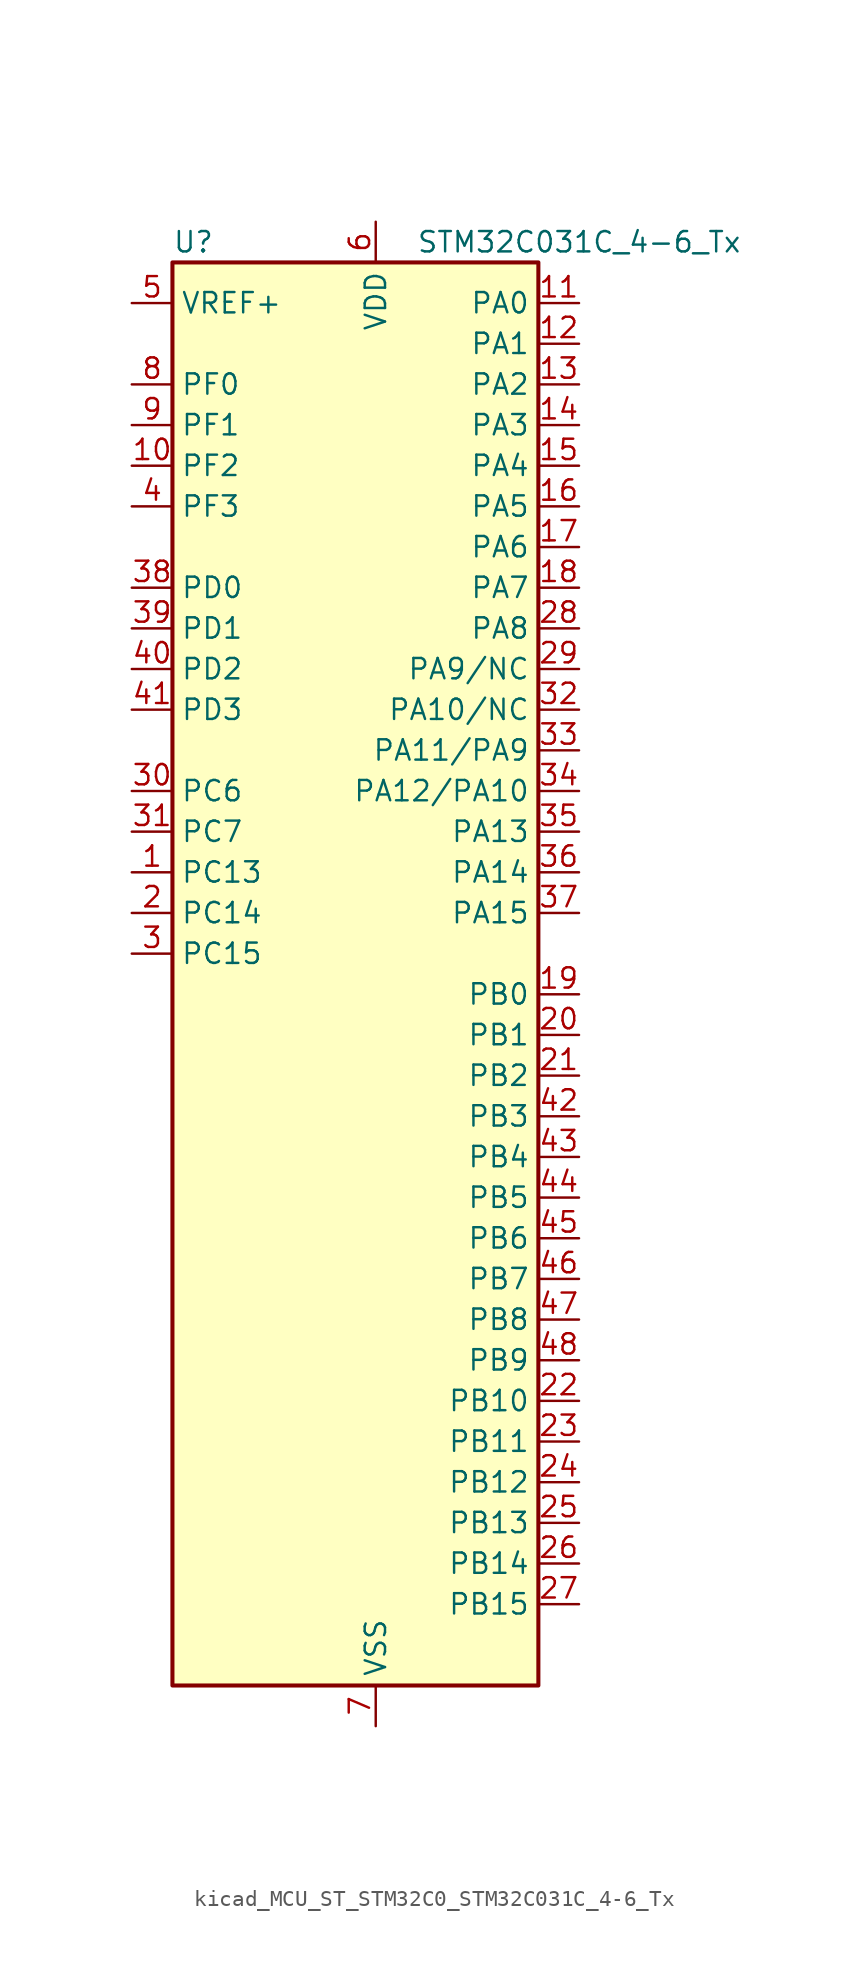
<source format=kicad_sym>
(kicad_symbol_lib
  (version 20220914)
  (generator kicad_symbol_editor)
  (symbol "kicad_MCU_ST_STM32C0_STM32C031C_4-6_Tx"
    (property "Reference" "U"
      (at -10.16 46.99 0)
      (effects (font (size 1.27 1.27)) (justify left)))
    (property "Value" "STM32C031C_4-6_Tx"
      (at 5.08 46.99 0)
      (effects (font (size 1.27 1.27)) (justify left)))
    (property "ki_locked" ""
      (at 0 0 0)
      (effects (font (size 1.27 1.27))))
    (symbol "kicad_MCU_ST_STM32C0_STM32C031C_4-6_Tx_0_1"
      (rectangle (start -10.16 -43.18) (end 12.7 45.72) (stroke (width 0.254) (type default)) (fill (type background))))
    (symbol "kicad_MCU_ST_STM32C0_STM32C031C_4-6_Tx_1_1"
      (pin bidirectional line (at -12.7 7.62 0) (length 2.54) (name "PC13" (effects (font (size 1.27 1.27)))) (number "1" (effects (font (size 1.27 1.27)))) (alternate "PWR_WKUP2" bidirectional line) (alternate "RTC_OUT1" bidirectional line) (alternate "RTC_TS" bidirectional line) (alternate "TIM1_BKIN" bidirectional line) (alternate "TIM1_ETR" bidirectional line))
      (pin bidirectional line (at -12.7 33.02 0) (length 2.54) (name "PF2" (effects (font (size 1.27 1.27)))) (number "10" (effects (font (size 1.27 1.27)))) (alternate "RCC_MCO" bidirectional line) (alternate "TIM1_CH4" bidirectional line))
      (pin bidirectional line (at 15.24 43.18 180) (length 2.54) (name "PA0" (effects (font (size 1.27 1.27)))) (number "11" (effects (font (size 1.27 1.27)))) (alternate "ADC1_IN0" bidirectional line) (alternate "PWR_WKUP1" bidirectional line) (alternate "TIM16_CH1" bidirectional line) (alternate "TIM1_CH1" bidirectional line) (alternate "USART1_TX" bidirectional line) (alternate "USART2_CTS" bidirectional line) (alternate "USART2_NSS" bidirectional line))
      (pin bidirectional line (at 15.24 40.64 180) (length 2.54) (name "PA1" (effects (font (size 1.27 1.27)))) (number "12" (effects (font (size 1.27 1.27)))) (alternate "ADC1_IN1" bidirectional line) (alternate "I2C1_SMBA" bidirectional line) (alternate "I2S1_CK" bidirectional line) (alternate "SPI1_SCK" bidirectional line) (alternate "TIM17_CH1" bidirectional line) (alternate "TIM1_CH2" bidirectional line) (alternate "USART1_RX" bidirectional line) (alternate "USART2_CK" bidirectional line) (alternate "USART2_DE" bidirectional line) (alternate "USART2_RTS" bidirectional line))
      (pin bidirectional line (at 15.24 38.1 180) (length 2.54) (name "PA2" (effects (font (size 1.27 1.27)))) (number "13" (effects (font (size 1.27 1.27)))) (alternate "ADC1_IN2" bidirectional line) (alternate "I2S1_SD" bidirectional line) (alternate "PWR_WKUP4" bidirectional line) (alternate "RCC_LSCO" bidirectional line) (alternate "SPI1_MOSI" bidirectional line) (alternate "TIM16_CH1N" bidirectional line) (alternate "TIM1_CH3" bidirectional line) (alternate "TIM3_ETR" bidirectional line) (alternate "USART2_TX" bidirectional line))
      (pin bidirectional line (at 15.24 35.56 180) (length 2.54) (name "PA3" (effects (font (size 1.27 1.27)))) (number "14" (effects (font (size 1.27 1.27)))) (alternate "ADC1_IN3" bidirectional line) (alternate "TIM1_CH1N" bidirectional line) (alternate "TIM1_CH4" bidirectional line) (alternate "USART2_RX" bidirectional line))
      (pin bidirectional line (at 15.24 33.02 180) (length 2.54) (name "PA4" (effects (font (size 1.27 1.27)))) (number "15" (effects (font (size 1.27 1.27)))) (alternate "ADC1_IN4" bidirectional line) (alternate "I2S1_WS" bidirectional line) (alternate "RTC_OUT2" bidirectional line) (alternate "SPI1_NSS" bidirectional line) (alternate "TIM14_CH1" bidirectional line) (alternate "TIM17_CH1N" bidirectional line) (alternate "TIM1_CH2N" bidirectional line) (alternate "USART2_TX" bidirectional line))
      (pin bidirectional line (at 15.24 30.48 180) (length 2.54) (name "PA5" (effects (font (size 1.27 1.27)))) (number "16" (effects (font (size 1.27 1.27)))) (alternate "ADC1_IN5" bidirectional line) (alternate "I2S1_CK" bidirectional line) (alternate "SPI1_SCK" bidirectional line) (alternate "TIM1_CH1" bidirectional line) (alternate "TIM1_CH3N" bidirectional line) (alternate "USART2_RX" bidirectional line))
      (pin bidirectional line (at 15.24 27.94 180) (length 2.54) (name "PA6" (effects (font (size 1.27 1.27)))) (number "17" (effects (font (size 1.27 1.27)))) (alternate "ADC1_IN6" bidirectional line) (alternate "I2S1_MCK" bidirectional line) (alternate "SPI1_MISO" bidirectional line) (alternate "TIM16_CH1" bidirectional line) (alternate "TIM1_BKIN" bidirectional line) (alternate "TIM3_CH1" bidirectional line))
      (pin bidirectional line (at 15.24 25.4 180) (length 2.54) (name "PA7" (effects (font (size 1.27 1.27)))) (number "18" (effects (font (size 1.27 1.27)))) (alternate "ADC1_IN7" bidirectional line) (alternate "I2S1_SD" bidirectional line) (alternate "SPI1_MOSI" bidirectional line) (alternate "TIM14_CH1" bidirectional line) (alternate "TIM17_CH1" bidirectional line) (alternate "TIM1_CH1N" bidirectional line) (alternate "TIM3_CH2" bidirectional line))
      (pin bidirectional line (at 15.24 0 180) (length 2.54) (name "PB0" (effects (font (size 1.27 1.27)))) (number "19" (effects (font (size 1.27 1.27)))) (alternate "ADC1_IN17" bidirectional line) (alternate "I2S1_WS" bidirectional line) (alternate "SPI1_NSS" bidirectional line) (alternate "TIM1_CH2N" bidirectional line) (alternate "TIM3_CH3" bidirectional line))
      (pin bidirectional line (at -12.7 5.08 0) (length 2.54) (name "PC14" (effects (font (size 1.27 1.27)))) (number "2" (effects (font (size 1.27 1.27)))) (alternate "I2C1_SDA" bidirectional line) (alternate "IR_OUT" bidirectional line) (alternate "RCC_OSCX_IN" bidirectional line) (alternate "TIM17_CH1" bidirectional line) (alternate "TIM1_BKIN2" bidirectional line) (alternate "TIM1_ETR" bidirectional line) (alternate "TIM3_CH2" bidirectional line) (alternate "USART1_TX" bidirectional line) (alternate "USART2_CK" bidirectional line) (alternate "USART2_DE" bidirectional line) (alternate "USART2_RTS" bidirectional line))
      (pin bidirectional line (at 15.24 -2.54 180) (length 2.54) (name "PB1" (effects (font (size 1.27 1.27)))) (number "20" (effects (font (size 1.27 1.27)))) (alternate "ADC1_IN18" bidirectional line) (alternate "TIM14_CH1" bidirectional line) (alternate "TIM1_CH2N" bidirectional line) (alternate "TIM1_CH3N" bidirectional line) (alternate "TIM3_CH4" bidirectional line))
      (pin bidirectional line (at 15.24 -5.08 180) (length 2.54) (name "PB2" (effects (font (size 1.27 1.27)))) (number "21" (effects (font (size 1.27 1.27)))) (alternate "ADC1_IN19" bidirectional line) (alternate "RCC_MCO_2" bidirectional line) (alternate "USART1_RX" bidirectional line))
      (pin bidirectional line (at 15.24 -25.4 180) (length 2.54) (name "PB10" (effects (font (size 1.27 1.27)))) (number "22" (effects (font (size 1.27 1.27)))) (alternate "ADC1_IN20" bidirectional line))
      (pin bidirectional line (at 15.24 -27.94 180) (length 2.54) (name "PB11" (effects (font (size 1.27 1.27)))) (number "23" (effects (font (size 1.27 1.27)))) (alternate "ADC1_EXTI11" bidirectional line) (alternate "ADC1_IN21" bidirectional line))
      (pin bidirectional line (at 15.24 -30.48 180) (length 2.54) (name "PB12" (effects (font (size 1.27 1.27)))) (number "24" (effects (font (size 1.27 1.27)))) (alternate "ADC1_IN22" bidirectional line) (alternate "TIM1_BKIN" bidirectional line) (alternate "TIM1_BKIN2" bidirectional line))
      (pin bidirectional line (at 15.24 -33.02 180) (length 2.54) (name "PB13" (effects (font (size 1.27 1.27)))) (number "25" (effects (font (size 1.27 1.27)))) (alternate "TIM1_CH1N" bidirectional line))
      (pin bidirectional line (at 15.24 -35.56 180) (length 2.54) (name "PB14" (effects (font (size 1.27 1.27)))) (number "26" (effects (font (size 1.27 1.27)))) (alternate "TIM1_CH2N" bidirectional line))
      (pin bidirectional line (at 15.24 -38.1 180) (length 2.54) (name "PB15" (effects (font (size 1.27 1.27)))) (number "27" (effects (font (size 1.27 1.27)))) (alternate "RTC_REFIN" bidirectional line) (alternate "TIM1_CH3N" bidirectional line))
      (pin bidirectional line (at 15.24 22.86 180) (length 2.54) (name "PA8" (effects (font (size 1.27 1.27)))) (number "28" (effects (font (size 1.27 1.27)))) (alternate "ADC1_IN8" bidirectional line) (alternate "I2S1_WS" bidirectional line) (alternate "RCC_MCO" bidirectional line) (alternate "RCC_MCO_2" bidirectional line) (alternate "SPI1_NSS" bidirectional line) (alternate "TIM14_CH1" bidirectional line) (alternate "TIM1_CH1" bidirectional line) (alternate "TIM1_CH2N" bidirectional line) (alternate "TIM1_CH3N" bidirectional line) (alternate "TIM3_CH3" bidirectional line) (alternate "TIM3_CH4" bidirectional line) (alternate "USART1_RX" bidirectional line) (alternate "USART2_TX" bidirectional line))
      (pin bidirectional line (at 15.24 20.32 180) (length 2.54) (name "PA9/NC" (effects (font (size 1.27 1.27)))) (number "29" (effects (font (size 1.27 1.27)))) (alternate "I2C1_SCL" bidirectional line) (alternate "RCC_MCO" bidirectional line) (alternate "TIM1_CH2" bidirectional line) (alternate "TIM3_ETR" bidirectional line) (alternate "USART1_TX" bidirectional line))
      (pin bidirectional line (at -12.7 2.54 0) (length 2.54) (name "PC15" (effects (font (size 1.27 1.27)))) (number "3" (effects (font (size 1.27 1.27)))) (alternate "RCC_OSC32_EN" bidirectional line) (alternate "RCC_OSCX_OUT" bidirectional line) (alternate "RCC_OSC_EN" bidirectional line) (alternate "TIM1_ETR" bidirectional line) (alternate "TIM3_CH3" bidirectional line))
      (pin bidirectional line (at -12.7 12.7 0) (length 2.54) (name "PC6" (effects (font (size 1.27 1.27)))) (number "30" (effects (font (size 1.27 1.27)))) (alternate "TIM3_CH1" bidirectional line))
      (pin bidirectional line (at -12.7 10.16 0) (length 2.54) (name "PC7" (effects (font (size 1.27 1.27)))) (number "31" (effects (font (size 1.27 1.27)))) (alternate "TIM3_CH2" bidirectional line))
      (pin bidirectional line (at 15.24 17.78 180) (length 2.54) (name "PA10/NC" (effects (font (size 1.27 1.27)))) (number "32" (effects (font (size 1.27 1.27)))) (alternate "I2C1_SDA" bidirectional line) (alternate "RCC_MCO_2" bidirectional line) (alternate "TIM17_BKIN" bidirectional line) (alternate "TIM1_CH3" bidirectional line) (alternate "USART1_RX" bidirectional line))
      (pin bidirectional line (at 15.24 15.24 180) (length 2.54) (name "PA11/PA9" (effects (font (size 1.27 1.27)))) (number "33" (effects (font (size 1.27 1.27)))) (alternate "ADC1_EXTI11" bidirectional line) (alternate "ADC1_IN11" bidirectional line) (alternate "I2S1_MCK" bidirectional line) (alternate "SPI1_MISO" bidirectional line) (alternate "TIM1_BKIN2" bidirectional line) (alternate "TIM1_CH4" bidirectional line) (alternate "USART1_CTS" bidirectional line) (alternate "USART1_NSS" bidirectional line))
      (pin bidirectional line (at 15.24 12.7 180) (length 2.54) (name "PA12/PA10" (effects (font (size 1.27 1.27)))) (number "34" (effects (font (size 1.27 1.27)))) (alternate "ADC1_IN12" bidirectional line) (alternate "I2S1_SD" bidirectional line) (alternate "I2S_CKIN" bidirectional line) (alternate "SPI1_MOSI" bidirectional line) (alternate "TIM1_ETR" bidirectional line) (alternate "USART1_CK" bidirectional line) (alternate "USART1_DE" bidirectional line) (alternate "USART1_RTS" bidirectional line))
      (pin bidirectional line (at 15.24 10.16 180) (length 2.54) (name "PA13" (effects (font (size 1.27 1.27)))) (number "35" (effects (font (size 1.27 1.27)))) (alternate "ADC1_IN13" bidirectional line) (alternate "DEBUG_SWDIO" bidirectional line) (alternate "IR_OUT" bidirectional line) (alternate "TIM3_ETR" bidirectional line) (alternate "USART2_RX" bidirectional line))
      (pin bidirectional line (at 15.24 7.62 180) (length 2.54) (name "PA14" (effects (font (size 1.27 1.27)))) (number "36" (effects (font (size 1.27 1.27)))) (alternate "ADC1_IN14" bidirectional line) (alternate "DEBUG_SWCLK" bidirectional line) (alternate "I2S1_WS" bidirectional line) (alternate "RCC_MCO_2" bidirectional line) (alternate "SPI1_NSS" bidirectional line) (alternate "TIM1_CH1" bidirectional line) (alternate "USART1_CK" bidirectional line) (alternate "USART1_DE" bidirectional line) (alternate "USART1_RTS" bidirectional line) (alternate "USART2_RX" bidirectional line) (alternate "USART2_TX" bidirectional line))
      (pin bidirectional line (at 15.24 5.08 180) (length 2.54) (name "PA15" (effects (font (size 1.27 1.27)))) (number "37" (effects (font (size 1.27 1.27)))) (alternate "I2S1_WS" bidirectional line) (alternate "RCC_MCO_2" bidirectional line) (alternate "SPI1_NSS" bidirectional line) (alternate "TIM1_CH1" bidirectional line) (alternate "USART1_CK" bidirectional line) (alternate "USART1_DE" bidirectional line) (alternate "USART1_RTS" bidirectional line) (alternate "USART2_RX" bidirectional line))
      (pin bidirectional line (at -12.7 25.4 0) (length 2.54) (name "PD0" (effects (font (size 1.27 1.27)))) (number "38" (effects (font (size 1.27 1.27)))) (alternate "TIM16_CH1" bidirectional line))
      (pin bidirectional line (at -12.7 22.86 0) (length 2.54) (name "PD1" (effects (font (size 1.27 1.27)))) (number "39" (effects (font (size 1.27 1.27)))) (alternate "TIM17_CH1" bidirectional line))
      (pin bidirectional line (at -12.7 30.48 0) (length 2.54) (name "PF3" (effects (font (size 1.27 1.27)))) (number "4" (effects (font (size 1.27 1.27)))))
      (pin bidirectional line (at -12.7 20.32 0) (length 2.54) (name "PD2" (effects (font (size 1.27 1.27)))) (number "40" (effects (font (size 1.27 1.27)))) (alternate "TIM1_CH1N" bidirectional line) (alternate "TIM3_ETR" bidirectional line))
      (pin bidirectional line (at -12.7 17.78 0) (length 2.54) (name "PD3" (effects (font (size 1.27 1.27)))) (number "41" (effects (font (size 1.27 1.27)))) (alternate "TIM1_CH2N" bidirectional line) (alternate "USART2_CTS" bidirectional line) (alternate "USART2_NSS" bidirectional line))
      (pin bidirectional line (at 15.24 -7.62 180) (length 2.54) (name "PB3" (effects (font (size 1.27 1.27)))) (number "42" (effects (font (size 1.27 1.27)))) (alternate "I2S1_CK" bidirectional line) (alternate "SPI1_SCK" bidirectional line) (alternate "TIM1_CH2" bidirectional line) (alternate "TIM3_CH2" bidirectional line) (alternate "USART1_CK" bidirectional line) (alternate "USART1_DE" bidirectional line) (alternate "USART1_RTS" bidirectional line))
      (pin bidirectional line (at 15.24 -10.16 180) (length 2.54) (name "PB4" (effects (font (size 1.27 1.27)))) (number "43" (effects (font (size 1.27 1.27)))) (alternate "I2S1_MCK" bidirectional line) (alternate "SPI1_MISO" bidirectional line) (alternate "TIM17_BKIN" bidirectional line) (alternate "TIM3_CH1" bidirectional line) (alternate "USART1_CTS" bidirectional line) (alternate "USART1_NSS" bidirectional line))
      (pin bidirectional line (at 15.24 -12.7 180) (length 2.54) (name "PB5" (effects (font (size 1.27 1.27)))) (number "44" (effects (font (size 1.27 1.27)))) (alternate "I2C1_SMBA" bidirectional line) (alternate "I2S1_SD" bidirectional line) (alternate "PWR_WKUP6" bidirectional line) (alternate "SPI1_MOSI" bidirectional line) (alternate "TIM16_BKIN" bidirectional line) (alternate "TIM3_CH2" bidirectional line) (alternate "TIM3_CH3" bidirectional line))
      (pin bidirectional line (at 15.24 -15.24 180) (length 2.54) (name "PB6" (effects (font (size 1.27 1.27)))) (number "45" (effects (font (size 1.27 1.27)))) (alternate "I2C1_SCL" bidirectional line) (alternate "I2C1_SMBA" bidirectional line) (alternate "I2S1_CK" bidirectional line) (alternate "I2S1_MCK" bidirectional line) (alternate "I2S1_SD" bidirectional line) (alternate "PWR_WKUP3" bidirectional line) (alternate "SPI1_MISO" bidirectional line) (alternate "SPI1_MOSI" bidirectional line) (alternate "SPI1_SCK" bidirectional line) (alternate "TIM16_BKIN" bidirectional line) (alternate "TIM16_CH1N" bidirectional line) (alternate "TIM17_BKIN" bidirectional line) (alternate "TIM1_CH2" bidirectional line) (alternate "TIM1_CH3" bidirectional line) (alternate "TIM3_CH1" bidirectional line) (alternate "TIM3_CH2" bidirectional line) (alternate "TIM3_CH3" bidirectional line) (alternate "USART1_CK" bidirectional line) (alternate "USART1_CTS" bidirectional line) (alternate "USART1_DE" bidirectional line) (alternate "USART1_NSS" bidirectional line) (alternate "USART1_RTS" bidirectional line) (alternate "USART1_TX" bidirectional line))
      (pin bidirectional line (at 15.24 -17.78 180) (length 2.54) (name "PB7" (effects (font (size 1.27 1.27)))) (number "46" (effects (font (size 1.27 1.27)))) (alternate "I2C1_SCL" bidirectional line) (alternate "I2C1_SDA" bidirectional line) (alternate "TIM16_CH1" bidirectional line) (alternate "TIM17_CH1N" bidirectional line) (alternate "TIM1_CH4" bidirectional line) (alternate "TIM3_CH1" bidirectional line) (alternate "TIM3_CH4" bidirectional line) (alternate "USART1_RX" bidirectional line) (alternate "USART2_CTS" bidirectional line) (alternate "USART2_NSS" bidirectional line))
      (pin bidirectional line (at 15.24 -20.32 180) (length 2.54) (name "PB8" (effects (font (size 1.27 1.27)))) (number "47" (effects (font (size 1.27 1.27)))) (alternate "I2C1_SCL" bidirectional line) (alternate "TIM16_CH1" bidirectional line) (alternate "TIM3_CH1" bidirectional line) (alternate "USART2_CTS" bidirectional line) (alternate "USART2_NSS" bidirectional line))
      (pin bidirectional line (at 15.24 -22.86 180) (length 2.54) (name "PB9" (effects (font (size 1.27 1.27)))) (number "48" (effects (font (size 1.27 1.27)))) (alternate "I2C1_SDA" bidirectional line) (alternate "IR_OUT" bidirectional line) (alternate "TIM17_CH1" bidirectional line) (alternate "TIM3_CH2" bidirectional line) (alternate "USART2_CK" bidirectional line) (alternate "USART2_DE" bidirectional line) (alternate "USART2_RTS" bidirectional line))
      (pin input line (at -12.7 43.18 0) (length 2.54) (name "VREF+" (effects (font (size 1.27 1.27)))) (number "5" (effects (font (size 1.27 1.27)))))
      (pin power_in line (at 2.54 48.26 270) (length 2.54) (name "VDD" (effects (font (size 1.27 1.27)))) (number "6" (effects (font (size 1.27 1.27)))))
      (pin power_in line (at 2.54 -45.72 90) (length 2.54) (name "VSS" (effects (font (size 1.27 1.27)))) (number "7" (effects (font (size 1.27 1.27)))))
      (pin bidirectional line (at -12.7 38.1 0) (length 2.54) (name "PF0" (effects (font (size 1.27 1.27)))) (number "8" (effects (font (size 1.27 1.27)))) (alternate "RCC_OSC_IN" bidirectional line) (alternate "TIM14_CH1" bidirectional line))
      (pin bidirectional line (at -12.7 35.56 0) (length 2.54) (name "PF1" (effects (font (size 1.27 1.27)))) (number "9" (effects (font (size 1.27 1.27)))) (alternate "RCC_OSC_EN" bidirectional line) (alternate "RCC_OSC_OUT" bidirectional line)))))
</source>
